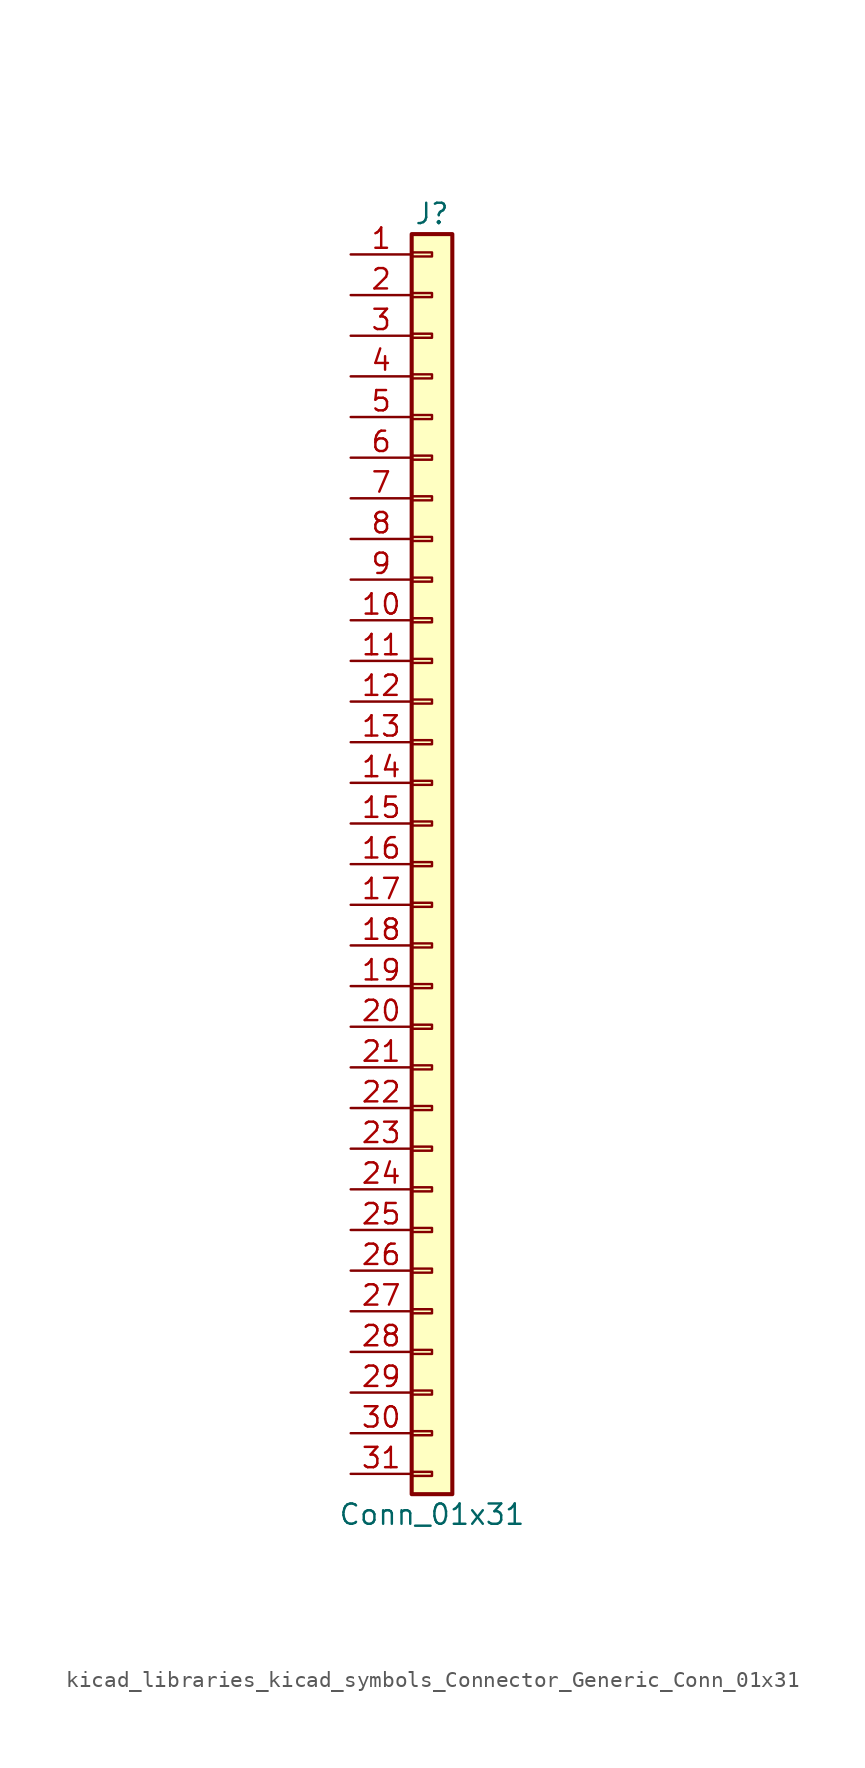
<source format=kicad_sym>
(kicad_symbol_lib
  (version 20220914)
  (generator kicad_symbol_editor)
  (symbol "kicad_libraries_kicad_symbols_Connector_Generic_Conn_01x31"
    (pin_names
      (offset 1.016) hide)
    (property "Reference" "J"
      (at 0 40.64 0)
      (effects (font (size 1.27 1.27))))
    (property "Value" "Conn_01x31"
      (at 0 -40.64 0)
      (effects (font (size 1.27 1.27))))
    (symbol "kicad_libraries_kicad_symbols_Connector_Generic_Conn_01x31_1_1"
      (rectangle (start -1.27 -37.973) (end 0 -38.227) (stroke (width 0.152) (type default)) (fill (type none)))
      (rectangle (start -1.27 -35.433) (end 0 -35.687) (stroke (width 0.152) (type default)) (fill (type none)))
      (rectangle (start -1.27 -32.893) (end 0 -33.147) (stroke (width 0.152) (type default)) (fill (type none)))
      (rectangle (start -1.27 -30.353) (end 0 -30.607) (stroke (width 0.152) (type default)) (fill (type none)))
      (rectangle (start -1.27 -27.813) (end 0 -28.067) (stroke (width 0.152) (type default)) (fill (type none)))
      (rectangle (start -1.27 -25.273) (end 0 -25.527) (stroke (width 0.152) (type default)) (fill (type none)))
      (rectangle (start -1.27 -22.733) (end 0 -22.987) (stroke (width 0.152) (type default)) (fill (type none)))
      (rectangle (start -1.27 -20.193) (end 0 -20.447) (stroke (width 0.152) (type default)) (fill (type none)))
      (rectangle (start -1.27 -17.653) (end 0 -17.907) (stroke (width 0.152) (type default)) (fill (type none)))
      (rectangle (start -1.27 -15.113) (end 0 -15.367) (stroke (width 0.152) (type default)) (fill (type none)))
      (rectangle (start -1.27 -12.573) (end 0 -12.827) (stroke (width 0.152) (type default)) (fill (type none)))
      (rectangle (start -1.27 -10.033) (end 0 -10.287) (stroke (width 0.152) (type default)) (fill (type none)))
      (rectangle (start -1.27 -7.493) (end 0 -7.747) (stroke (width 0.152) (type default)) (fill (type none)))
      (rectangle (start -1.27 -4.953) (end 0 -5.207) (stroke (width 0.152) (type default)) (fill (type none)))
      (rectangle (start -1.27 -2.413) (end 0 -2.667) (stroke (width 0.152) (type default)) (fill (type none)))
      (rectangle (start -1.27 0.127) (end 0 -0.127) (stroke (width 0.152) (type default)) (fill (type none)))
      (rectangle (start -1.27 2.667) (end 0 2.413) (stroke (width 0.152) (type default)) (fill (type none)))
      (rectangle (start -1.27 5.207) (end 0 4.953) (stroke (width 0.152) (type default)) (fill (type none)))
      (rectangle (start -1.27 7.747) (end 0 7.493) (stroke (width 0.152) (type default)) (fill (type none)))
      (rectangle (start -1.27 10.287) (end 0 10.033) (stroke (width 0.152) (type default)) (fill (type none)))
      (rectangle (start -1.27 12.827) (end 0 12.573) (stroke (width 0.152) (type default)) (fill (type none)))
      (rectangle (start -1.27 15.367) (end 0 15.113) (stroke (width 0.152) (type default)) (fill (type none)))
      (rectangle (start -1.27 17.907) (end 0 17.653) (stroke (width 0.152) (type default)) (fill (type none)))
      (rectangle (start -1.27 20.447) (end 0 20.193) (stroke (width 0.152) (type default)) (fill (type none)))
      (rectangle (start -1.27 22.987) (end 0 22.733) (stroke (width 0.152) (type default)) (fill (type none)))
      (rectangle (start -1.27 25.527) (end 0 25.273) (stroke (width 0.152) (type default)) (fill (type none)))
      (rectangle (start -1.27 28.067) (end 0 27.813) (stroke (width 0.152) (type default)) (fill (type none)))
      (rectangle (start -1.27 30.607) (end 0 30.353) (stroke (width 0.152) (type default)) (fill (type none)))
      (rectangle (start -1.27 33.147) (end 0 32.893) (stroke (width 0.152) (type default)) (fill (type none)))
      (rectangle (start -1.27 35.687) (end 0 35.433) (stroke (width 0.152) (type default)) (fill (type none)))
      (rectangle (start -1.27 38.227) (end 0 37.973) (stroke (width 0.152) (type default)) (fill (type none)))
      (rectangle (start -1.27 39.37) (end 1.27 -39.37) (stroke (width 0.254) (type default)) (fill (type background)))
      (pin passive line (at -5.08 38.1 0) (length 3.81) (name "Pin_1" (effects (font (size 1.27 1.27)))) (number "1" (effects (font (size 1.27 1.27)))))
      (pin passive line (at -5.08 15.24 0) (length 3.81) (name "Pin_10" (effects (font (size 1.27 1.27)))) (number "10" (effects (font (size 1.27 1.27)))))
      (pin passive line (at -5.08 12.7 0) (length 3.81) (name "Pin_11" (effects (font (size 1.27 1.27)))) (number "11" (effects (font (size 1.27 1.27)))))
      (pin passive line (at -5.08 10.16 0) (length 3.81) (name "Pin_12" (effects (font (size 1.27 1.27)))) (number "12" (effects (font (size 1.27 1.27)))))
      (pin passive line (at -5.08 7.62 0) (length 3.81) (name "Pin_13" (effects (font (size 1.27 1.27)))) (number "13" (effects (font (size 1.27 1.27)))))
      (pin passive line (at -5.08 5.08 0) (length 3.81) (name "Pin_14" (effects (font (size 1.27 1.27)))) (number "14" (effects (font (size 1.27 1.27)))))
      (pin passive line (at -5.08 2.54 0) (length 3.81) (name "Pin_15" (effects (font (size 1.27 1.27)))) (number "15" (effects (font (size 1.27 1.27)))))
      (pin passive line (at -5.08 0 0) (length 3.81) (name "Pin_16" (effects (font (size 1.27 1.27)))) (number "16" (effects (font (size 1.27 1.27)))))
      (pin passive line (at -5.08 -2.54 0) (length 3.81) (name "Pin_17" (effects (font (size 1.27 1.27)))) (number "17" (effects (font (size 1.27 1.27)))))
      (pin passive line (at -5.08 -5.08 0) (length 3.81) (name "Pin_18" (effects (font (size 1.27 1.27)))) (number "18" (effects (font (size 1.27 1.27)))))
      (pin passive line (at -5.08 -7.62 0) (length 3.81) (name "Pin_19" (effects (font (size 1.27 1.27)))) (number "19" (effects (font (size 1.27 1.27)))))
      (pin passive line (at -5.08 35.56 0) (length 3.81) (name "Pin_2" (effects (font (size 1.27 1.27)))) (number "2" (effects (font (size 1.27 1.27)))))
      (pin passive line (at -5.08 -10.16 0) (length 3.81) (name "Pin_20" (effects (font (size 1.27 1.27)))) (number "20" (effects (font (size 1.27 1.27)))))
      (pin passive line (at -5.08 -12.7 0) (length 3.81) (name "Pin_21" (effects (font (size 1.27 1.27)))) (number "21" (effects (font (size 1.27 1.27)))))
      (pin passive line (at -5.08 -15.24 0) (length 3.81) (name "Pin_22" (effects (font (size 1.27 1.27)))) (number "22" (effects (font (size 1.27 1.27)))))
      (pin passive line (at -5.08 -17.78 0) (length 3.81) (name "Pin_23" (effects (font (size 1.27 1.27)))) (number "23" (effects (font (size 1.27 1.27)))))
      (pin passive line (at -5.08 -20.32 0) (length 3.81) (name "Pin_24" (effects (font (size 1.27 1.27)))) (number "24" (effects (font (size 1.27 1.27)))))
      (pin passive line (at -5.08 -22.86 0) (length 3.81) (name "Pin_25" (effects (font (size 1.27 1.27)))) (number "25" (effects (font (size 1.27 1.27)))))
      (pin passive line (at -5.08 -25.4 0) (length 3.81) (name "Pin_26" (effects (font (size 1.27 1.27)))) (number "26" (effects (font (size 1.27 1.27)))))
      (pin passive line (at -5.08 -27.94 0) (length 3.81) (name "Pin_27" (effects (font (size 1.27 1.27)))) (number "27" (effects (font (size 1.27 1.27)))))
      (pin passive line (at -5.08 -30.48 0) (length 3.81) (name "Pin_28" (effects (font (size 1.27 1.27)))) (number "28" (effects (font (size 1.27 1.27)))))
      (pin passive line (at -5.08 -33.02 0) (length 3.81) (name "Pin_29" (effects (font (size 1.27 1.27)))) (number "29" (effects (font (size 1.27 1.27)))))
      (pin passive line (at -5.08 33.02 0) (length 3.81) (name "Pin_3" (effects (font (size 1.27 1.27)))) (number "3" (effects (font (size 1.27 1.27)))))
      (pin passive line (at -5.08 -35.56 0) (length 3.81) (name "Pin_30" (effects (font (size 1.27 1.27)))) (number "30" (effects (font (size 1.27 1.27)))))
      (pin passive line (at -5.08 -38.1 0) (length 3.81) (name "Pin_31" (effects (font (size 1.27 1.27)))) (number "31" (effects (font (size 1.27 1.27)))))
      (pin passive line (at -5.08 30.48 0) (length 3.81) (name "Pin_4" (effects (font (size 1.27 1.27)))) (number "4" (effects (font (size 1.27 1.27)))))
      (pin passive line (at -5.08 27.94 0) (length 3.81) (name "Pin_5" (effects (font (size 1.27 1.27)))) (number "5" (effects (font (size 1.27 1.27)))))
      (pin passive line (at -5.08 25.4 0) (length 3.81) (name "Pin_6" (effects (font (size 1.27 1.27)))) (number "6" (effects (font (size 1.27 1.27)))))
      (pin passive line (at -5.08 22.86 0) (length 3.81) (name "Pin_7" (effects (font (size 1.27 1.27)))) (number "7" (effects (font (size 1.27 1.27)))))
      (pin passive line (at -5.08 20.32 0) (length 3.81) (name "Pin_8" (effects (font (size 1.27 1.27)))) (number "8" (effects (font (size 1.27 1.27)))))
      (pin passive line (at -5.08 17.78 0) (length 3.81) (name "Pin_9" (effects (font (size 1.27 1.27)))) (number "9" (effects (font (size 1.27 1.27))))))))
</source>
